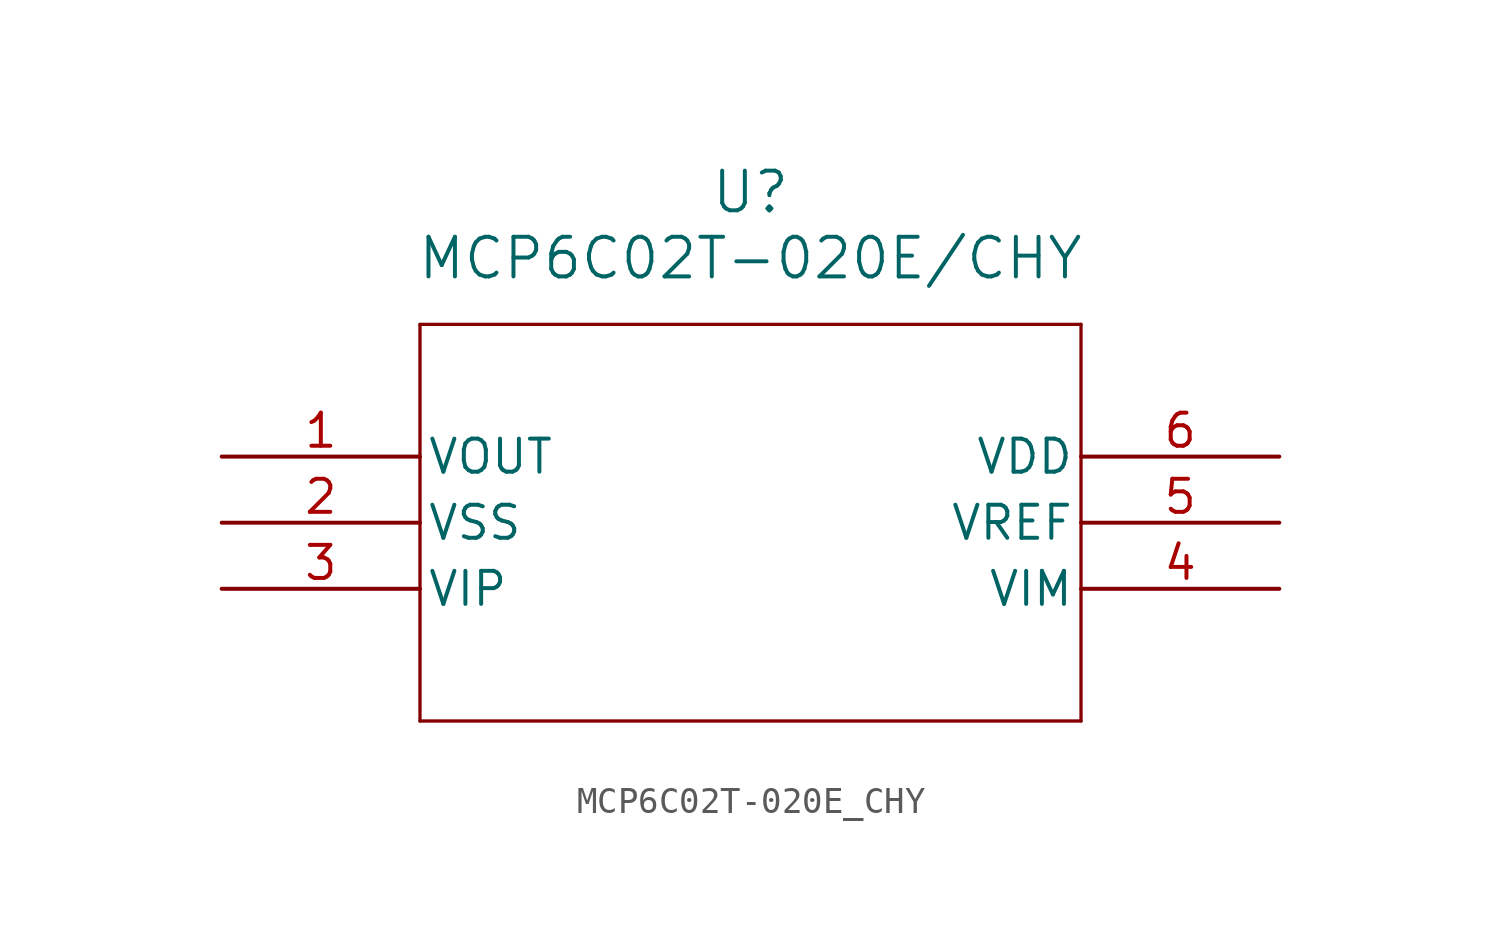
<source format=kicad_sym>
(kicad_symbol_lib
  (version 20211014)
  (generator kicad_symbol_editor)
  (symbol "MCP6C02T-020E_CHY"
    (pin_names
      (offset 0.254))
    (property "Reference" "U"
      (at 20.32 10.16 0)
      (effects (font (size 1.524 1.524))))
    (property "Value" "MCP6C02T-020E/CHY"
      (at 20.32 7.62 0)
      (effects (font (size 1.524 1.524))))
    (symbol "MCP6C02T-020E_CHY_0_1"
      (polyline (pts (xy 7.62 5.08) (xy 7.62 -10.16)) (stroke (width 0.127) (type default) (color 0 0 0 0)) (fill (type none)))
      (polyline (pts (xy 7.62 -10.16) (xy 33.02 -10.16)) (stroke (width 0.127) (type default) (color 0 0 0 0)) (fill (type none)))
      (polyline (pts (xy 33.02 -10.16) (xy 33.02 5.08)) (stroke (width 0.127) (type default) (color 0 0 0 0)) (fill (type none)))
      (polyline (pts (xy 33.02 5.08) (xy 7.62 5.08)) (stroke (width 0.127) (type default) (color 0 0 0 0)) (fill (type none)))
      (pin output line (at 0 0 0) (length 7.62) (name "VOUT" (effects (font (size 1.27 1.27)))) (number "1" (effects (font (size 1.27 1.27)))))
      (pin power_out line (at 0 -2.54 0) (length 7.62) (name "VSS" (effects (font (size 1.27 1.27)))) (number "2" (effects (font (size 1.27 1.27)))))
      (pin input line (at 0 -5.08 0) (length 7.62) (name "VIP" (effects (font (size 1.27 1.27)))) (number "3" (effects (font (size 1.27 1.27)))))
      (pin input line (at 40.64 -5.08 180) (length 7.62) (name "VIM" (effects (font (size 1.27 1.27)))) (number "4" (effects (font (size 1.27 1.27)))))
      (pin input line (at 40.64 -2.54 180) (length 7.62) (name "VREF" (effects (font (size 1.27 1.27)))) (number "5" (effects (font (size 1.27 1.27)))))
      (pin power_in line (at 40.64 0 180) (length 7.62) (name "VDD" (effects (font (size 1.27 1.27)))) (number "6" (effects (font (size 1.27 1.27))))))))
</source>
